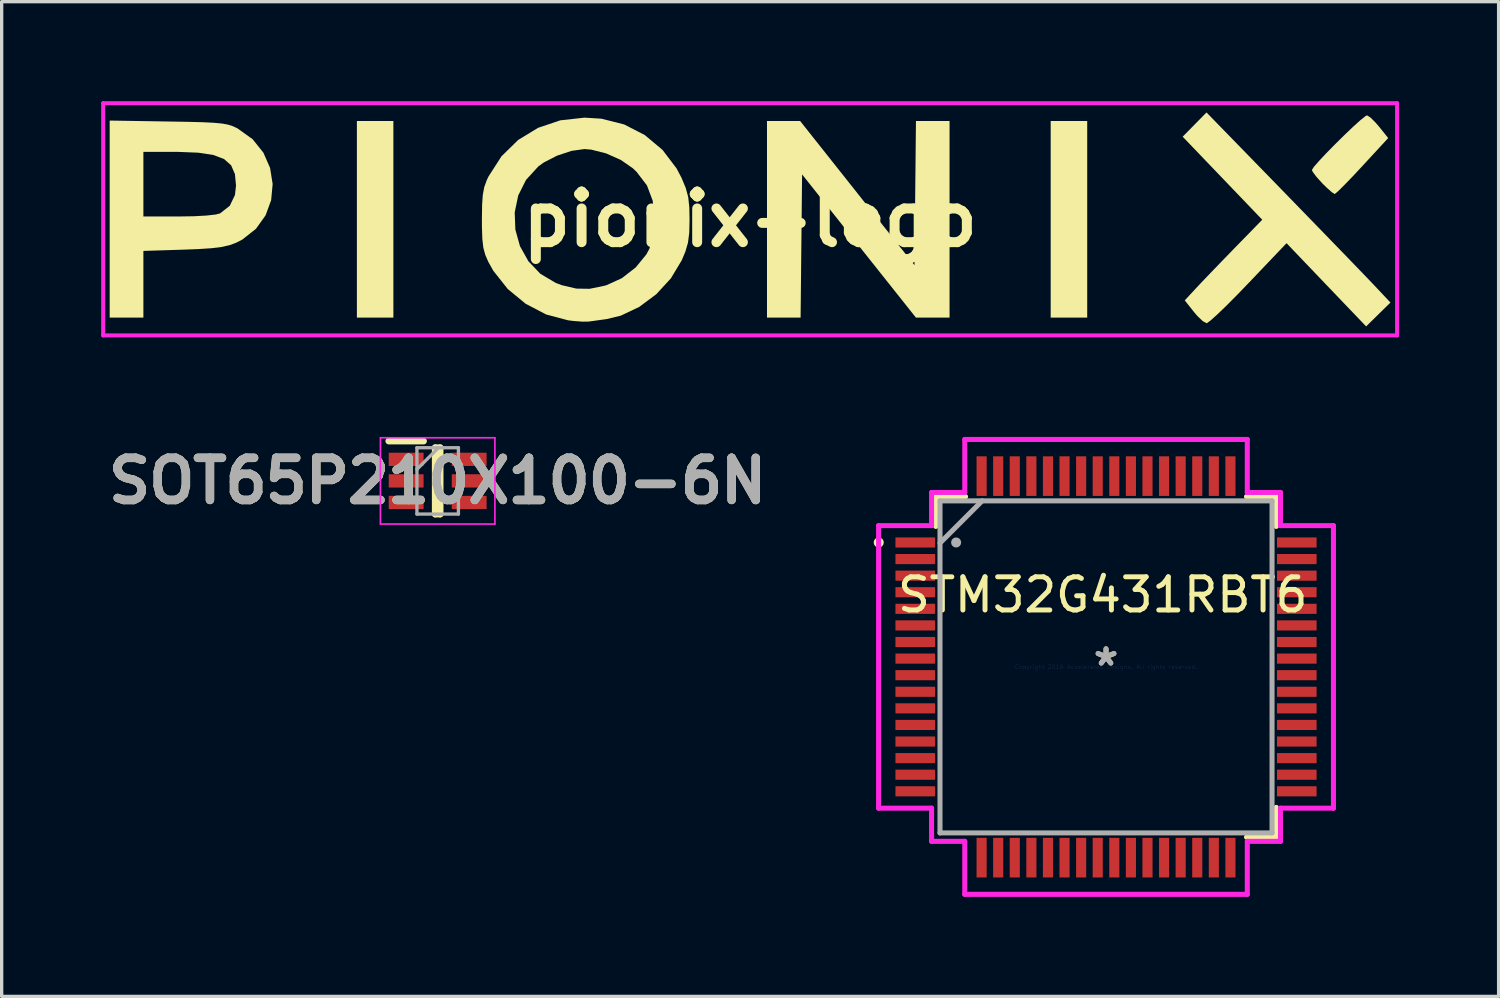
<source format=kicad_pcb>
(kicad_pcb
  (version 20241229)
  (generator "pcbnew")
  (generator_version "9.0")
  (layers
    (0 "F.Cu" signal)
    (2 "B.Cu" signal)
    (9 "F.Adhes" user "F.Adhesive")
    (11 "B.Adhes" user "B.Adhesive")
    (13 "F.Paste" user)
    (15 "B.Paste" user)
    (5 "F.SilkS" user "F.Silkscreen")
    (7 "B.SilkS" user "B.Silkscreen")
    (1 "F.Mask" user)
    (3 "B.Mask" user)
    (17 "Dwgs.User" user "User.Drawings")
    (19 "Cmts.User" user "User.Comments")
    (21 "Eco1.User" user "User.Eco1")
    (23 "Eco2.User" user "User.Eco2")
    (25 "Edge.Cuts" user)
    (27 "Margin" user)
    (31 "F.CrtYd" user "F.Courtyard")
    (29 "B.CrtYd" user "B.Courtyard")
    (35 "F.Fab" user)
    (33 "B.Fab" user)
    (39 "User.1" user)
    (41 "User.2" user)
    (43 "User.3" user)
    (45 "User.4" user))
  (footprint "STM32G431RBT6"
    (layer "F.Cu")
    (at 30.287 17.051)
    (property "Reference" "STM32G431RBT6" (at -0.1 -2.17 0) (layer "F.SilkS") (effects (font (size 1 1) (thickness 0.15))))
    (attr smd)
    (fp_line (start -5.131 -5.131) (end -5.131 -4.234) (stroke (width 0.152) (type solid)) (layer "F.SilkS"))
    (fp_line (start -4.234 -5.131) (end -5.131 -5.131) (stroke (width 0.152) (type solid)) (layer "F.SilkS"))
    (fp_line (start 4.234 5.131) (end 5.131 5.131) (stroke (width 0.152) (type solid)) (layer "F.SilkS"))
    (fp_line (start 5.131 -5.131) (end 4.234 -5.131) (stroke (width 0.152) (type solid)) (layer "F.SilkS"))
    (fp_line (start 5.131 -4.234) (end 5.131 -5.131) (stroke (width 0.152) (type solid)) (layer "F.SilkS"))
    (fp_line (start 5.131 5.131) (end 5.131 4.234) (stroke (width 0.152) (type solid)) (layer "F.SilkS"))
    (fp_circle (center -6.851 -3.75) (end -6.775 -3.75) (stroke (width 0.152) (type solid)) (fill no) (layer "F.SilkS"))
    (fp_line (start -6.855 -4.258) (end -5.258 -4.258) (stroke (width 0.152) (type solid)) (layer "F.CrtYd"))
    (fp_line (start -6.855 4.258) (end -6.855 -4.258) (stroke (width 0.152) (type solid)) (layer "F.CrtYd"))
    (fp_line (start -5.258 -5.258) (end -4.258 -5.258) (stroke (width 0.152) (type solid)) (layer "F.CrtYd"))
    (fp_line (start -5.258 -4.258) (end -5.258 -5.258) (stroke (width 0.152) (type solid)) (layer "F.CrtYd"))
    (fp_line (start -5.258 4.258) (end -6.855 4.258) (stroke (width 0.152) (type solid)) (layer "F.CrtYd"))
    (fp_line (start -5.258 5.258) (end -5.258 4.258) (stroke (width 0.152) (type solid)) (layer "F.CrtYd"))
    (fp_line (start -4.258 -6.855) (end 4.258 -6.855) (stroke (width 0.152) (type solid)) (layer "F.CrtYd"))
    (fp_line (start -4.258 -5.258) (end -4.258 -6.855) (stroke (width 0.152) (type solid)) (layer "F.CrtYd"))
    (fp_line (start -4.258 5.258) (end -5.258 5.258) (stroke (width 0.152) (type solid)) (layer "F.CrtYd"))
    (fp_line (start -4.258 6.855) (end -4.258 5.258) (stroke (width 0.152) (type solid)) (layer "F.CrtYd"))
    (fp_line (start 4.258 -6.855) (end 4.258 -5.258) (stroke (width 0.152) (type solid)) (layer "F.CrtYd"))
    (fp_line (start 4.258 -5.258) (end 5.258 -5.258) (stroke (width 0.152) (type solid)) (layer "F.CrtYd"))
    (fp_line (start 4.258 5.258) (end 4.258 6.855) (stroke (width 0.152) (type solid)) (layer "F.CrtYd"))
    (fp_line (start 4.258 6.855) (end -4.258 6.855) (stroke (width 0.152) (type solid)) (layer "F.CrtYd"))
    (fp_line (start 5.258 -5.258) (end 5.258 -4.258) (stroke (width 0.152) (type solid)) (layer "F.CrtYd"))
    (fp_line (start 5.258 -4.258) (end 6.855 -4.258) (stroke (width 0.152) (type solid)) (layer "F.CrtYd"))
    (fp_line (start 5.258 4.258) (end 5.258 5.258) (stroke (width 0.152) (type solid)) (layer "F.CrtYd"))
    (fp_line (start 5.258 5.258) (end 4.258 5.258) (stroke (width 0.152) (type solid)) (layer "F.CrtYd"))
    (fp_line (start 6.855 -4.258) (end 6.855 4.258) (stroke (width 0.152) (type solid)) (layer "F.CrtYd"))
    (fp_line (start 6.855 4.258) (end 5.258 4.258) (stroke (width 0.152) (type solid)) (layer "F.CrtYd"))
    (fp_line (start -5.004 -5.004) (end -5.004 5.004) (stroke (width 0.152) (type solid)) (layer "F.Fab"))
    (fp_line (start -5.004 -3.734) (end -3.734 -5.004) (stroke (width 0.152) (type solid)) (layer "F.Fab"))
    (fp_line (start -5.004 5.004) (end 5.004 5.004) (stroke (width 0.152) (type solid)) (layer "F.Fab"))
    (fp_line (start 5.004 -5.004) (end -5.004 -5.004) (stroke (width 0.152) (type solid)) (layer "F.Fab"))
    (fp_line (start 5.004 5.004) (end 5.004 -5.004) (stroke (width 0.152) (type solid)) (layer "F.Fab"))
    (fp_circle (center -4.518 -3.75) (end -4.442 -3.75) (stroke (width 0.152) (type solid)) (fill no) (layer "F.Fab"))
    (fp_text user "*" (at 0 0 0) (layer "F.SilkS") (effects (font (size 1 1) (thickness 0.15))))
    (fp_text user "Copyright 2016 Accelerated Designs. All rights reserved." (at 0 0 0) (layer "Cmts.User") (effects (font (size 0.127 0.127) (thickness 0.002))))
    (fp_text user "*" (at 0 0 0) (layer "F.Fab") (effects (font (size 1 1) (thickness 0.15))))
    (pad "1" smd rect (at -5.75 -3.75) (size 1.194 0.305) (layers "F.Cu" "F.Mask" "F.Paste"))
    (pad "2" smd rect (at -5.75 -3.25) (size 1.194 0.305) (layers "F.Cu" "F.Mask" "F.Paste"))
    (pad "3" smd rect (at -5.75 -2.75) (size 1.194 0.305) (layers "F.Cu" "F.Mask" "F.Paste"))
    (pad "4" smd rect (at -5.75 -2.25) (size 1.194 0.305) (layers "F.Cu" "F.Mask" "F.Paste"))
    (pad "5" smd rect (at -5.75 -1.75) (size 1.194 0.305) (layers "F.Cu" "F.Mask" "F.Paste"))
    (pad "6" smd rect (at -5.75 -1.25) (size 1.194 0.305) (layers "F.Cu" "F.Mask" "F.Paste"))
    (pad "7" smd rect (at -5.75 -0.75) (size 1.194 0.305) (layers "F.Cu" "F.Mask" "F.Paste"))
    (pad "8" smd rect (at -5.75 -0.25) (size 1.194 0.305) (layers "F.Cu" "F.Mask" "F.Paste"))
    (pad "9" smd rect (at -5.75 0.25) (size 1.194 0.305) (layers "F.Cu" "F.Mask" "F.Paste"))
    (pad "10" smd rect (at -5.75 0.75) (size 1.194 0.305) (layers "F.Cu" "F.Mask" "F.Paste"))
    (pad "11" smd rect (at -5.75 1.25) (size 1.194 0.305) (layers "F.Cu" "F.Mask" "F.Paste"))
    (pad "12" smd rect (at -5.75 1.75) (size 1.194 0.305) (layers "F.Cu" "F.Mask" "F.Paste"))
    (pad "13" smd rect (at -5.75 2.25) (size 1.194 0.305) (layers "F.Cu" "F.Mask" "F.Paste"))
    (pad "14" smd rect (at -5.75 2.75) (size 1.194 0.305) (layers "F.Cu" "F.Mask" "F.Paste"))
    (pad "15" smd rect (at -5.75 3.25) (size 1.194 0.305) (layers "F.Cu" "F.Mask" "F.Paste"))
    (pad "16" smd rect (at -5.75 3.75) (size 1.194 0.305) (layers "F.Cu" "F.Mask" "F.Paste"))
    (pad "17" smd rect (at -3.75 5.75 90) (size 1.194 0.305) (layers "F.Cu" "F.Mask" "F.Paste"))
    (pad "18" smd rect (at -3.25 5.75 90) (size 1.194 0.305) (layers "F.Cu" "F.Mask" "F.Paste"))
    (pad "19" smd rect (at -2.75 5.75 90) (size 1.194 0.305) (layers "F.Cu" "F.Mask" "F.Paste"))
    (pad "20" smd rect (at -2.25 5.75 90) (size 1.194 0.305) (layers "F.Cu" "F.Mask" "F.Paste"))
    (pad "21" smd rect (at -1.75 5.75 90) (size 1.194 0.305) (layers "F.Cu" "F.Mask" "F.Paste"))
    (pad "22" smd rect (at -1.25 5.75 90) (size 1.194 0.305) (layers "F.Cu" "F.Mask" "F.Paste"))
    (pad "23" smd rect (at -0.75 5.75 90) (size 1.194 0.305) (layers "F.Cu" "F.Mask" "F.Paste"))
    (pad "24" smd rect (at -0.25 5.75 90) (size 1.194 0.305) (layers "F.Cu" "F.Mask" "F.Paste"))
    (pad "25" smd rect (at 0.25 5.75 90) (size 1.194 0.305) (layers "F.Cu" "F.Mask" "F.Paste"))
    (pad "26" smd rect (at 0.75 5.75 90) (size 1.194 0.305) (layers "F.Cu" "F.Mask" "F.Paste"))
    (pad "27" smd rect (at 1.25 5.75 90) (size 1.194 0.305) (layers "F.Cu" "F.Mask" "F.Paste"))
    (pad "28" smd rect (at 1.75 5.75 90) (size 1.194 0.305) (layers "F.Cu" "F.Mask" "F.Paste"))
    (pad "29" smd rect (at 2.25 5.75 90) (size 1.194 0.305) (layers "F.Cu" "F.Mask" "F.Paste"))
    (pad "30" smd rect (at 2.75 5.75 90) (size 1.194 0.305) (layers "F.Cu" "F.Mask" "F.Paste"))
    (pad "31" smd rect (at 3.25 5.75 90) (size 1.194 0.305) (layers "F.Cu" "F.Mask" "F.Paste"))
    (pad "32" smd rect (at 3.75 5.75 90) (size 1.194 0.305) (layers "F.Cu" "F.Mask" "F.Paste"))
    (pad "33" smd rect (at 5.75 3.75) (size 1.194 0.305) (layers "F.Cu" "F.Mask" "F.Paste"))
    (pad "34" smd rect (at 5.75 3.25) (size 1.194 0.305) (layers "F.Cu" "F.Mask" "F.Paste"))
    (pad "35" smd rect (at 5.75 2.75) (size 1.194 0.305) (layers "F.Cu" "F.Mask" "F.Paste"))
    (pad "36" smd rect (at 5.75 2.25) (size 1.194 0.305) (layers "F.Cu" "F.Mask" "F.Paste"))
    (pad "37" smd rect (at 5.75 1.75) (size 1.194 0.305) (layers "F.Cu" "F.Mask" "F.Paste"))
    (pad "38" smd rect (at 5.75 1.25) (size 1.194 0.305) (layers "F.Cu" "F.Mask" "F.Paste"))
    (pad "39" smd rect (at 5.75 0.75) (size 1.194 0.305) (layers "F.Cu" "F.Mask" "F.Paste"))
    (pad "40" smd rect (at 5.75 0.25) (size 1.194 0.305) (layers "F.Cu" "F.Mask" "F.Paste"))
    (pad "41" smd rect (at 5.75 -0.25) (size 1.194 0.305) (layers "F.Cu" "F.Mask" "F.Paste"))
    (pad "42" smd rect (at 5.75 -0.75) (size 1.194 0.305) (layers "F.Cu" "F.Mask" "F.Paste"))
    (pad "43" smd rect (at 5.75 -1.25) (size 1.194 0.305) (layers "F.Cu" "F.Mask" "F.Paste"))
    (pad "44" smd rect (at 5.75 -1.75) (size 1.194 0.305) (layers "F.Cu" "F.Mask" "F.Paste"))
    (pad "45" smd rect (at 5.75 -2.25) (size 1.194 0.305) (layers "F.Cu" "F.Mask" "F.Paste"))
    (pad "46" smd rect (at 5.75 -2.75) (size 1.194 0.305) (layers "F.Cu" "F.Mask" "F.Paste"))
    (pad "47" smd rect (at 5.75 -3.25) (size 1.194 0.305) (layers "F.Cu" "F.Mask" "F.Paste"))
    (pad "48" smd rect (at 5.75 -3.75) (size 1.194 0.305) (layers "F.Cu" "F.Mask" "F.Paste"))
    (pad "49" smd rect (at 3.75 -5.75 90) (size 1.194 0.305) (layers "F.Cu" "F.Mask" "F.Paste"))
    (pad "50" smd rect (at 3.25 -5.75 90) (size 1.194 0.305) (layers "F.Cu" "F.Mask" "F.Paste"))
    (pad "51" smd rect (at 2.75 -5.75 90) (size 1.194 0.305) (layers "F.Cu" "F.Mask" "F.Paste"))
    (pad "52" smd rect (at 2.25 -5.75 90) (size 1.194 0.305) (layers "F.Cu" "F.Mask" "F.Paste"))
    (pad "53" smd rect (at 1.75 -5.75 90) (size 1.194 0.305) (layers "F.Cu" "F.Mask" "F.Paste"))
    (pad "54" smd rect (at 1.25 -5.75 90) (size 1.194 0.305) (layers "F.Cu" "F.Mask" "F.Paste"))
    (pad "55" smd rect (at 0.75 -5.75 90) (size 1.194 0.305) (layers "F.Cu" "F.Mask" "F.Paste"))
    (pad "56" smd rect (at 0.25 -5.75 90) (size 1.194 0.305) (layers "F.Cu" "F.Mask" "F.Paste"))
    (pad "57" smd rect (at -0.25 -5.75 90) (size 1.194 0.305) (layers "F.Cu" "F.Mask" "F.Paste"))
    (pad "58" smd rect (at -0.75 -5.75 90) (size 1.194 0.305) (layers "F.Cu" "F.Mask" "F.Paste"))
    (pad "59" smd rect (at -1.25 -5.75 90) (size 1.194 0.305) (layers "F.Cu" "F.Mask" "F.Paste"))
    (pad "60" smd rect (at -1.75 -5.75 90) (size 1.194 0.305) (layers "F.Cu" "F.Mask" "F.Paste"))
    (pad "61" smd rect (at -2.25 -5.75 90) (size 1.194 0.305) (layers "F.Cu" "F.Mask" "F.Paste"))
    (pad "62" smd rect (at -2.75 -5.75 90) (size 1.194 0.305) (layers "F.Cu" "F.Mask" "F.Paste"))
    (pad "63" smd rect (at -3.25 -5.75 90) (size 1.194 0.305) (layers "F.Cu" "F.Mask" "F.Paste"))
    (pad "64" smd rect (at -3.75 -5.75 90) (size 1.194 0.305) (layers "F.Cu" "F.Mask" "F.Paste")))
  (footprint "SOT65P210X100-6N"
    (layer "F.Cu")
    (at 10.142 11.445)
    (property "Reference" "SOT65P210X100-6N" (at 0 0 0) (layer "F.SilkS") (effects (font (size 1.27 1.27) (thickness 0.254))))
    (attr smd)
    (fp_line (start -1.475 -1.2) (end -0.425 -1.2) (stroke (width 0.2) (type solid)) (layer "F.SilkS"))
    (fp_line (start -0.075 -1) (end 0.075 -1) (stroke (width 0.2) (type solid)) (layer "F.SilkS"))
    (fp_line (start -0.075 1) (end -0.075 -1) (stroke (width 0.2) (type solid)) (layer "F.SilkS"))
    (fp_line (start 0.075 -1) (end 0.075 1) (stroke (width 0.2) (type solid)) (layer "F.SilkS"))
    (fp_line (start 0.075 1) (end -0.075 1) (stroke (width 0.2) (type solid)) (layer "F.SilkS"))
    (fp_line (start -1.725 -1.3) (end 1.725 -1.3) (stroke (width 0.05) (type solid)) (layer "F.CrtYd"))
    (fp_line (start -1.725 1.3) (end -1.725 -1.3) (stroke (width 0.05) (type solid)) (layer "F.CrtYd"))
    (fp_line (start 1.725 -1.3) (end 1.725 1.3) (stroke (width 0.05) (type solid)) (layer "F.CrtYd"))
    (fp_line (start 1.725 1.3) (end -1.725 1.3) (stroke (width 0.05) (type solid)) (layer "F.CrtYd"))
    (fp_line (start -0.625 -1) (end 0.625 -1) (stroke (width 0.1) (type solid)) (layer "F.Fab"))
    (fp_line (start -0.625 -0.35) (end 0.025 -1) (stroke (width 0.1) (type solid)) (layer "F.Fab"))
    (fp_line (start -0.625 1) (end -0.625 -1) (stroke (width 0.1) (type solid)) (layer "F.Fab"))
    (fp_line (start 0.625 -1) (end 0.625 1) (stroke (width 0.1) (type solid)) (layer "F.Fab"))
    (fp_line (start 0.625 1) (end -0.625 1) (stroke (width 0.1) (type solid)) (layer "F.Fab"))
    (fp_text user "${REFERENCE}" (at 0 0 0) (layer "F.Fab") (effects (font (size 1.27 1.27) (thickness 0.254))))
    (pad "1" smd rect (at -0.95 -0.65 90) (size 0.4 1.05) (layers "F.Cu" "F.Mask" "F.Paste"))
    (pad "2" smd rect (at -0.95 0 90) (size 0.4 1.05) (layers "F.Cu" "F.Mask" "F.Paste"))
    (pad "3" smd rect (at -0.95 0.65 90) (size 0.4 1.05) (layers "F.Cu" "F.Mask" "F.Paste"))
    (pad "4" smd rect (at 0.95 0.65 90) (size 0.4 1.05) (layers "F.Cu" "F.Mask" "F.Paste"))
    (pad "5" smd rect (at 0.95 0 90) (size 0.4 1.05) (layers "F.Cu" "F.Mask" "F.Paste"))
    (pad "6" smd rect (at 0.95 -0.65 90) (size 0.4 1.05) (layers "F.Cu" "F.Mask" "F.Paste")))
  (footprint "pionix-logo"
    (layer "F.Cu")
    (at 19.56 3.56)
    (property "Reference" "pionix-logo" (at 0 0 0) (layer "F.SilkS") (effects (font (size 1.524 1.524) (thickness 0.3))))
    (attr board_only exclude_from_pos_files exclude_from_bom)
    (fp_poly (pts (xy -10.753 2.963) (xy -11.853 2.963) (xy -11.853 -2.963) (xy -10.753 -2.963)) (stroke (width 0) (type solid)) (fill yes) (layer "F.SilkS"))
    (fp_poly (pts (xy 10.16 2.963) (xy 9.059 2.963) (xy 9.059 -2.963) (xy 10.16 -2.963)) (stroke (width 0) (type solid)) (fill yes) (layer "F.SilkS"))
    (fp_poly (pts (xy 6.011 -2.963) (xy 6.011 2.963) (xy 4.997 2.963) (xy 1.566 -1.353) (xy 1.521 2.963) (xy 0.508 2.963) (xy 0.508 -2.963) (xy 1.507 -2.963) (xy 4.953 1.382) (xy 4.976 -0.791) (xy 4.998 -2.963) (xy 5.505 -2.963)) (stroke (width 0) (type solid)) (fill yes) (layer "F.SilkS"))
    (fp_poly (pts (xy 18.693 -3.072) (xy 18.852 -2.915) (xy 18.958 -2.791) (xy 19.232 -2.449) (xy 18.454 -1.606) (xy 18.166 -1.297) (xy 17.916 -1.039) (xy 17.73 -0.854) (xy 17.628 -0.766) (xy 17.619 -0.762) (xy 17.531 -0.818) (xy 17.371 -0.961) (xy 17.247 -1.083) (xy 17.07 -1.279) (xy 16.956 -1.432) (xy 16.933 -1.487) (xy 16.991 -1.579) (xy 17.146 -1.757) (xy 17.369 -1.995) (xy 17.634 -2.265) (xy 17.912 -2.539) (xy 18.175 -2.79) (xy 18.396 -2.989) (xy 18.547 -3.11) (xy 18.593 -3.133)) (stroke (width 0) (type solid)) (fill yes) (layer "F.SilkS"))
    (fp_poly (pts (xy 16.044 -0.87) (xy 16.575 -0.323) (xy 17.089 0.206) (xy 17.568 0.7) (xy 17.997 1.143) (xy 18.357 1.516) (xy 18.634 1.804) (xy 18.81 1.988) (xy 18.816 1.995) (xy 19.3 2.509) (xy 18.933 2.869) (xy 18.567 3.228) (xy 17.367 1.974) (xy 16.168 0.72) (xy 15.019 1.926) (xy 14.66 2.298) (xy 14.336 2.623) (xy 14.065 2.883) (xy 13.868 3.058) (xy 13.764 3.132) (xy 13.758 3.133) (xy 13.645 3.071) (xy 13.479 2.913) (xy 13.373 2.788) (xy 13.1 2.444) (xy 13.428 2.09) (xy 13.611 1.895) (xy 13.879 1.615) (xy 14.198 1.284) (xy 14.536 0.936) (xy 14.596 0.874) (xy 15.436 0.013) (xy 14.237 -1.238) (xy 13.037 -2.49) (xy 13.396 -2.855) (xy 13.755 -3.221)) (stroke (width 0) (type solid)) (fill yes) (layer "F.SilkS"))
    (fp_poly (pts (xy -17.547 -2.948) (xy -16.951 -2.938) (xy -16.497 -2.926) (xy -16.161 -2.909) (xy -15.916 -2.886) (xy -15.736 -2.853) (xy -15.594 -2.807) (xy -15.465 -2.747) (xy -15.444 -2.735) (xy -14.995 -2.413) (xy -14.671 -2.008) (xy -14.47 -1.55) (xy -14.392 -1.064) (xy -14.437 -0.578) (xy -14.605 -0.119) (xy -14.895 0.286) (xy -15.306 0.611) (xy -15.494 0.707) (xy -15.691 0.78) (xy -15.924 0.833) (xy -16.229 0.871) (xy -16.64 0.898) (xy -17.081 0.915) (xy -18.288 0.953) (xy -18.288 1.958) (xy -18.288 2.963) (xy -19.304 2.963) (xy -19.304 -0.085) (xy -18.288 -0.085) (xy -17.224 -0.085) (xy -16.768 -0.092) (xy -16.383 -0.113) (xy -16.104 -0.145) (xy -15.975 -0.179) (xy -15.684 -0.408) (xy -15.528 -0.733) (xy -15.496 -1.018) (xy -15.529 -1.363) (xy -15.643 -1.626) (xy -15.855 -1.815) (xy -16.181 -1.939) (xy -16.637 -2.008) (xy -17.241 -2.032) (xy -17.312 -2.032) (xy -18.288 -2.032) (xy -18.288 -0.085) (xy -19.304 -0.085) (xy -19.304 -2.976)) (stroke (width 0) (type solid)) (fill yes) (layer "F.SilkS"))
    (fp_poly (pts (xy -4.481 -3.032) (xy -3.797 -2.859) (xy -3.176 -2.54) (xy -2.641 -2.092) (xy -2.217 -1.534) (xy -2.066 -1.246) (xy -1.939 -0.94) (xy -1.866 -0.667) (xy -1.833 -0.357) (xy -1.826 0) (xy -1.835 0.402) (xy -1.873 0.704) (xy -1.953 0.977) (xy -2.062 1.237) (xy -2.389 1.78) (xy -2.827 2.257) (xy -3.343 2.641) (xy -3.9 2.905) (xy -4.323 3.007) (xy -4.595 3.045) (xy -4.82 3.076) (xy -4.868 3.083) (xy -5.047 3.085) (xy -5.318 3.065) (xy -5.489 3.044) (xy -6.15 2.868) (xy -6.766 2.546) (xy -7.306 2.101) (xy -7.74 1.553) (xy -7.891 1.284) (xy -7.983 1.073) (xy -8.041 0.858) (xy -8.072 0.591) (xy -8.084 0.226) (xy -8.085 0) (xy -8.082 -0.207) (xy -7.096 -0.207) (xy -7.076 0.312) (xy -6.937 0.811) (xy -6.683 1.265) (xy -6.321 1.644) (xy -5.855 1.92) (xy -5.673 1.987) (xy -5.236 2.089) (xy -4.838 2.095) (xy -4.396 2.004) (xy -4.328 1.985) (xy -3.867 1.775) (xy -3.45 1.452) (xy -3.129 1.06) (xy -3.037 0.889) (xy -2.922 0.494) (xy -2.882 0) (xy -2.936 -0.559) (xy -3.11 -1.021) (xy -3.419 -1.426) (xy -3.538 -1.54) (xy -3.899 -1.79) (xy -4.341 -1.987) (xy -4.789 -2.1) (xy -4.995 -2.117) (xy -5.387 -2.062) (xy -5.82 -1.918) (xy -6.218 -1.714) (xy -6.382 -1.596) (xy -6.755 -1.188) (xy -6.991 -0.716) (xy -7.096 -0.207) (xy -8.082 -0.207) (xy -8.079 -0.429) (xy -8.058 -0.736) (xy -8.014 -0.97) (xy -7.939 -1.177) (xy -7.887 -1.288) (xy -7.494 -1.9) (xy -6.991 -2.392) (xy -6.394 -2.756) (xy -5.722 -2.983) (xy -4.993 -3.064)) (stroke (width 0) (type solid)) (fill yes) (layer "F.SilkS"))
    (fp_line (start -19.5 -3.5) (end 19.5 -3.5) (stroke (width 0.12) (type solid)) (layer "F.CrtYd"))
    (fp_line (start -19.5 3.5) (end -19.5 -3.5) (stroke (width 0.12) (type solid)) (layer "F.CrtYd"))
    (fp_line (start 19.5 -3.5) (end 19.5 3.5) (stroke (width 0.12) (type solid)) (layer "F.CrtYd"))
    (fp_line (start 19.5 3.5) (end -19.5 3.5) (stroke (width 0.12) (type solid)) (layer "F.CrtYd")))
  (gr_rect
    (start -3 -3)
    (end 42.12 26.982)
    (stroke (width 0.1) (type default))
    (fill no)
    (layer "Edge.Cuts")))
</source>
